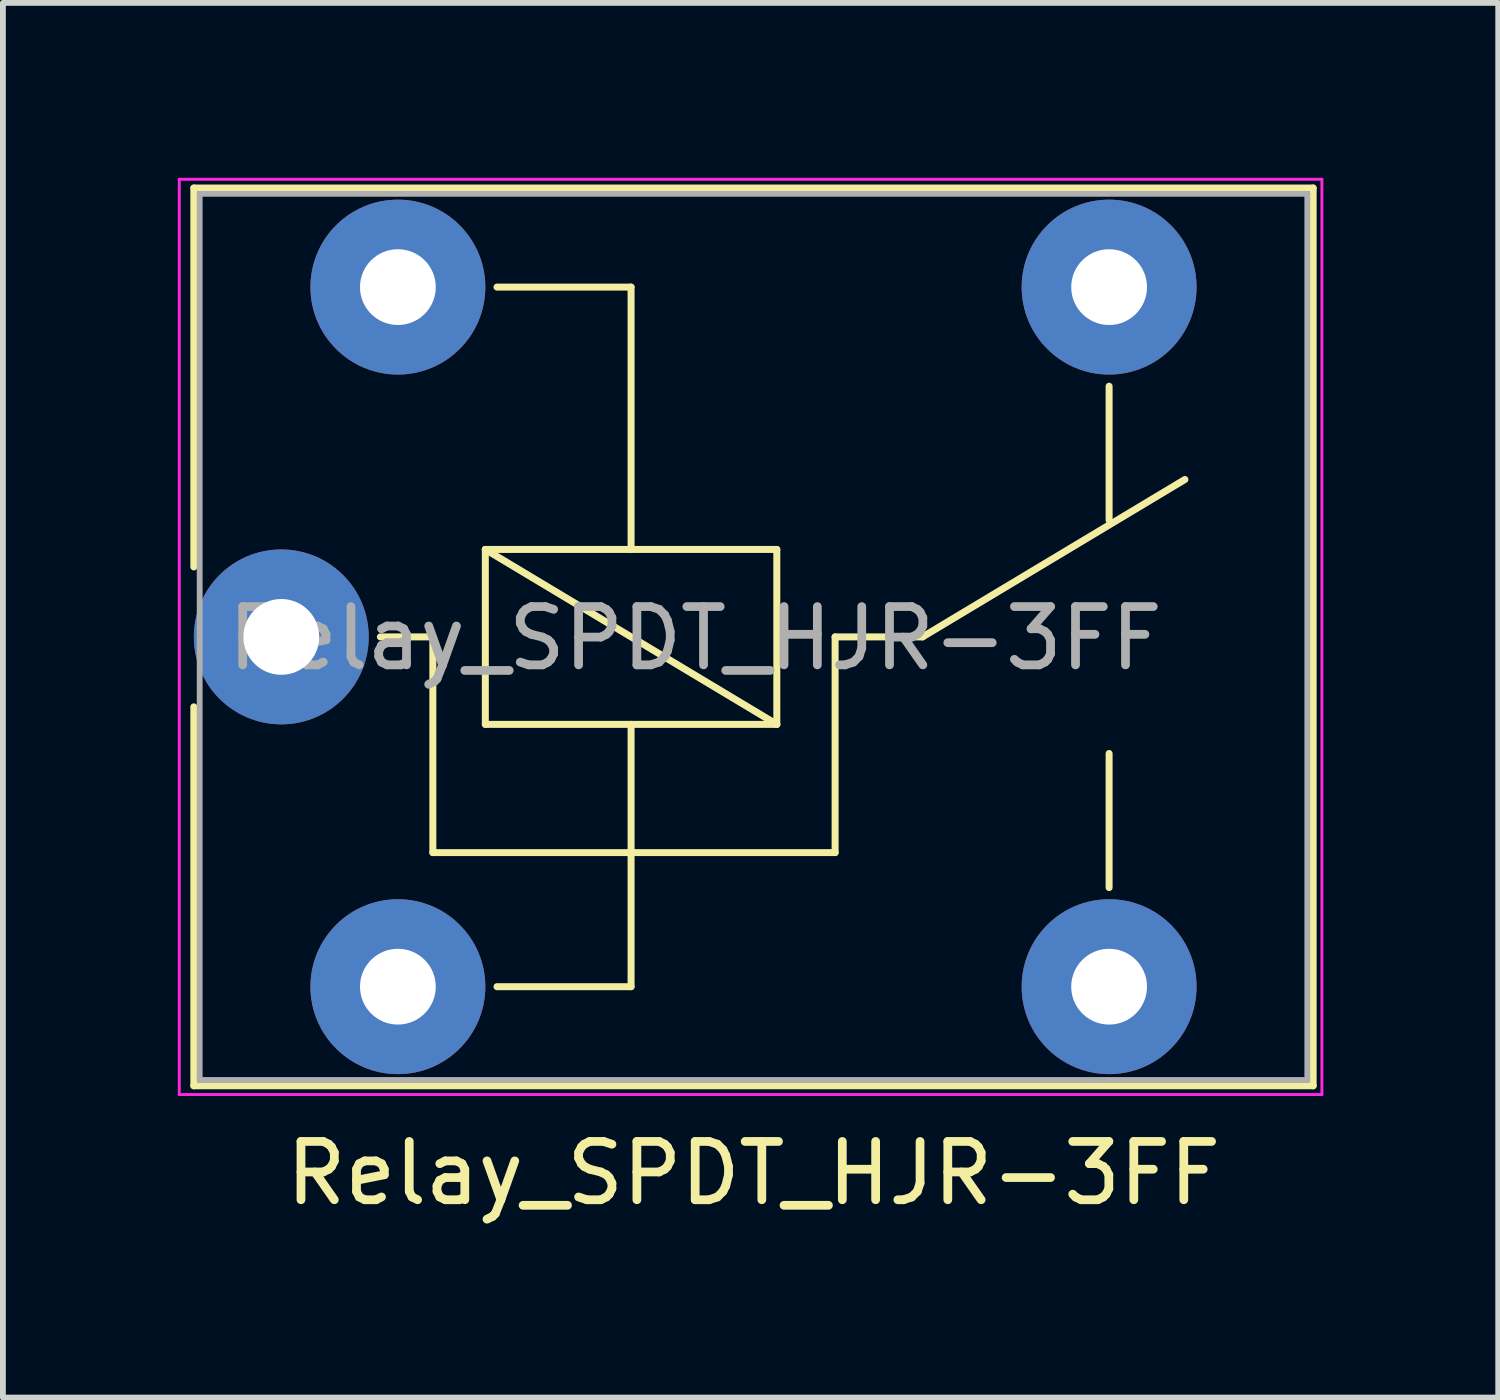
<source format=kicad_pcb>
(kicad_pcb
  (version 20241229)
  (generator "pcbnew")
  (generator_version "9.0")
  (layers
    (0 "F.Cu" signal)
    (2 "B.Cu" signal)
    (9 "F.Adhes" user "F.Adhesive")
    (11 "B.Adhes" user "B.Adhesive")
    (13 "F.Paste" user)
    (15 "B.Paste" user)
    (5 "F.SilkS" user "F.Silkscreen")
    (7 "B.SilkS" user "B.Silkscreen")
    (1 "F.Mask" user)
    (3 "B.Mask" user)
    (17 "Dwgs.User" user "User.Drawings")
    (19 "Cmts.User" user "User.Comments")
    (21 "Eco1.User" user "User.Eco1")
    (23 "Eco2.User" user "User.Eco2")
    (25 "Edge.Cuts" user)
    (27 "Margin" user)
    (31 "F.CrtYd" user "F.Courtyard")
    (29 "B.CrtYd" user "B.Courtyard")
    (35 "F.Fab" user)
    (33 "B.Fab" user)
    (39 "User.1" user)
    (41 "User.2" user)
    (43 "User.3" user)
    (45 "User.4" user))
  (footprint "Relay_SPDT_HJR-3FF"
    (layer "F.Cu")
    (at 1.775 7.875)
    (property "Reference" "Relay_SPDT_HJR-3FF" (at 8.1 9.2 0) (layer "F.SilkS") (effects (font (size 1 1) (thickness 0.15))))
    (attr through_hole)
    (fp_line (start -1.5 -7.7) (end -1.5 -1.2) (stroke (width 0.12) (type solid)) (layer "F.SilkS"))
    (fp_line (start -1.5 -7.7) (end 17.7 -7.7) (stroke (width 0.12) (type solid)) (layer "F.SilkS"))
    (fp_line (start -1.5 1.2) (end -1.5 7.7) (stroke (width 0.12) (type solid)) (layer "F.SilkS"))
    (fp_line (start 2.6 0) (end 1.7 0) (stroke (width 0.12) (type solid)) (layer "F.SilkS"))
    (fp_line (start 2.6 0) (end 2.6 3.7) (stroke (width 0.12) (type solid)) (layer "F.SilkS"))
    (fp_line (start 3.5 -1.5) (end 8.5 -1.5) (stroke (width 0.12) (type solid)) (layer "F.SilkS"))
    (fp_line (start 3.5 1.5) (end 3.5 -1.5) (stroke (width 0.12) (type solid)) (layer "F.SilkS"))
    (fp_line (start 3.7 6) (end 6 6) (stroke (width 0.12) (type solid)) (layer "F.SilkS"))
    (fp_line (start 6 -6) (end 3.7 -6) (stroke (width 0.12) (type solid)) (layer "F.SilkS"))
    (fp_line (start 6 -6) (end 6 -1.5) (stroke (width 0.12) (type solid)) (layer "F.SilkS"))
    (fp_line (start 6 1.5) (end 6 6) (stroke (width 0.12) (type solid)) (layer "F.SilkS"))
    (fp_line (start 8.5 -1.5) (end 8.5 1.5) (stroke (width 0.12) (type solid)) (layer "F.SilkS"))
    (fp_line (start 8.5 1.5) (end 3.5 -1.5) (stroke (width 0.12) (type solid)) (layer "F.SilkS"))
    (fp_line (start 8.5 1.5) (end 3.5 1.5) (stroke (width 0.12) (type solid)) (layer "F.SilkS"))
    (fp_line (start 9.5 0) (end 9.5 3.7) (stroke (width 0.12) (type solid)) (layer "F.SilkS"))
    (fp_line (start 9.5 0) (end 11 0) (stroke (width 0.12) (type solid)) (layer "F.SilkS"))
    (fp_line (start 9.5 3.7) (end 2.6 3.7) (stroke (width 0.12) (type solid)) (layer "F.SilkS"))
    (fp_line (start 11 0) (end 15.5 -2.7) (stroke (width 0.12) (type solid)) (layer "F.SilkS"))
    (fp_line (start 14.2 -4.3) (end 14.2 -2) (stroke (width 0.12) (type solid)) (layer "F.SilkS"))
    (fp_line (start 14.2 4.3) (end 14.2 2) (stroke (width 0.12) (type solid)) (layer "F.SilkS"))
    (fp_line (start 17.7 -7.7) (end 17.7 7.7) (stroke (width 0.12) (type solid)) (layer "F.SilkS"))
    (fp_line (start 17.7 7.7) (end -1.5 7.7) (stroke (width 0.12) (type solid)) (layer "F.SilkS"))
    (fp_line (start -1.75 7.85) (end -1.75 -7.85) (stroke (width 0.05) (type solid)) (layer "F.CrtYd"))
    (fp_line (start -1.75 7.85) (end 17.85 7.85) (stroke (width 0.05) (type solid)) (layer "F.CrtYd"))
    (fp_line (start 17.85 -7.85) (end -1.75 -7.85) (stroke (width 0.05) (type solid)) (layer "F.CrtYd"))
    (fp_line (start 17.85 -7.85) (end 17.85 7.85) (stroke (width 0.05) (type solid)) (layer "F.CrtYd"))
    (fp_line (start -1.4 -7.6) (end 17.6 -7.6) (stroke (width 0.1) (type solid)) (layer "F.Fab"))
    (fp_line (start -1.4 7.6) (end -1.4 -7.6) (stroke (width 0.1) (type solid)) (layer "F.Fab"))
    (fp_line (start 17.6 -7.6) (end 17.6 7.6) (stroke (width 0.1) (type solid)) (layer "F.Fab"))
    (fp_line (start 17.6 7.6) (end -1.4 7.6) (stroke (width 0.1) (type solid)) (layer "F.Fab"))
    (fp_text user "${REFERENCE}" (at 7.1 0.025 0) (layer "F.Fab") (effects (font (size 1 1) (thickness 0.15))))
    (pad "1" thru_hole circle (at 0 0) (size 3 3) (drill 1.3) (layers "*.Cu" "*.Mask"))
    (pad "2" thru_hole circle (at 2 6) (size 3 3) (drill 1.3) (layers "*.Cu" "*.Mask"))
    (pad "3" thru_hole circle (at 14.2 6) (size 3 3) (drill 1.3) (layers "*.Cu" "*.Mask"))
    (pad "4" thru_hole circle (at 14.2 -6) (size 3 3) (drill 1.3) (layers "*.Cu" "*.Mask"))
    (pad "5" thru_hole circle (at 2 -6) (size 3 3) (drill 1.3) (layers "*.Cu" "*.Mask")))
  (gr_rect
    (start -3 -3)
    (end 22.65 20.923)
    (stroke (width 0.1) (type default))
    (fill no)
    (layer "Edge.Cuts")))
</source>
